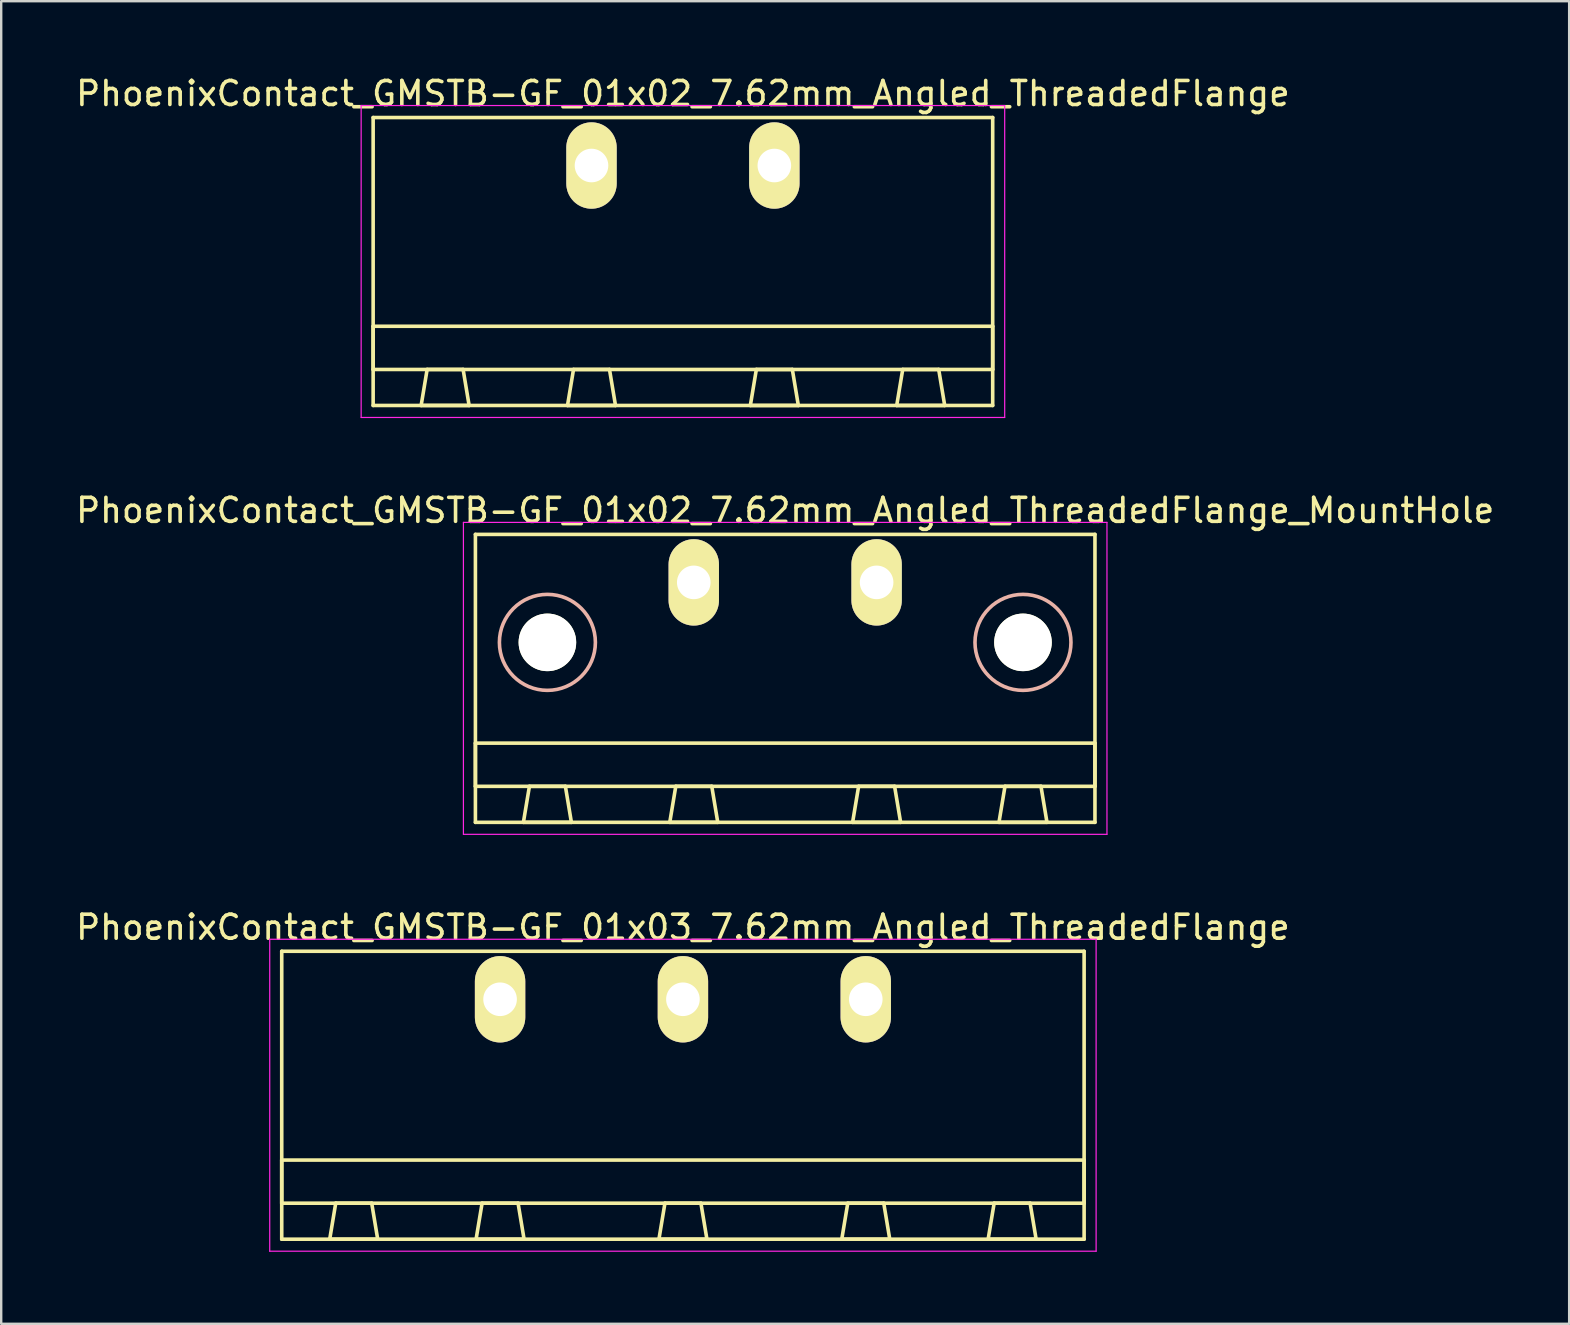
<source format=kicad_pcb>
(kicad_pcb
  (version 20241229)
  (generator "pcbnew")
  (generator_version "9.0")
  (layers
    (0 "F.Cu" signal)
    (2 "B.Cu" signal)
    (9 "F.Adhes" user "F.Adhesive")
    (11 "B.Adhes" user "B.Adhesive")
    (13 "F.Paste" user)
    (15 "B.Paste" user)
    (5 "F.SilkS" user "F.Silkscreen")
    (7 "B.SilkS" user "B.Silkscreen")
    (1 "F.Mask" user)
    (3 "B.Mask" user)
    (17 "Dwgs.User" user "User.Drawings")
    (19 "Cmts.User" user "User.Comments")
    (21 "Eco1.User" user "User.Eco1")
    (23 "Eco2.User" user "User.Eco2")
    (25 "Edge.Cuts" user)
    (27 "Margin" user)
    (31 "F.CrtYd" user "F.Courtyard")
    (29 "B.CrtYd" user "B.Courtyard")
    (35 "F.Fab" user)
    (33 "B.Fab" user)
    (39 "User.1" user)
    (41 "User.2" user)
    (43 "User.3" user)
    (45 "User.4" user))
  (footprint "PhoenixContact_GMSTB-GF_01x03_7.62mm_Angled_ThreadedFlange"
    (layer "F.Cu")
    (at 17.791 38.595)
    (property "Reference" "PhoenixContact_GMSTB-GF_01x03_7.62mm_Angled_ThreadedFlange" (at 7.62 -3 0) (layer "F.SilkS") (effects (font (size 1 1) (thickness 0.15))))
    (attr through_hole)
    (fp_line (start -9.1 -2) (end -9.1 10) (stroke (width 0.15) (type solid)) (layer "F.SilkS"))
    (fp_line (start -9.1 6.7) (end 24.34 6.7) (stroke (width 0.15) (type solid)) (layer "F.SilkS"))
    (fp_line (start -9.1 8.5) (end -9.1 6.7) (stroke (width 0.15) (type solid)) (layer "F.SilkS"))
    (fp_line (start -9.1 10) (end 24.34 10) (stroke (width 0.15) (type solid)) (layer "F.SilkS"))
    (fp_line (start -7.1 10) (end -5.1 10) (stroke (width 0.15) (type solid)) (layer "F.SilkS"))
    (fp_line (start -6.85 8.5) (end -7.1 10) (stroke (width 0.15) (type solid)) (layer "F.SilkS"))
    (fp_line (start -5.35 8.5) (end -6.85 8.5) (stroke (width 0.15) (type solid)) (layer "F.SilkS"))
    (fp_line (start -5.1 10) (end -5.35 8.5) (stroke (width 0.15) (type solid)) (layer "F.SilkS"))
    (fp_line (start -1 10) (end 1 10) (stroke (width 0.15) (type solid)) (layer "F.SilkS"))
    (fp_line (start -0.75 8.5) (end -1 10) (stroke (width 0.15) (type solid)) (layer "F.SilkS"))
    (fp_line (start 0.75 8.5) (end -0.75 8.5) (stroke (width 0.15) (type solid)) (layer "F.SilkS"))
    (fp_line (start 1 10) (end 0.75 8.5) (stroke (width 0.15) (type solid)) (layer "F.SilkS"))
    (fp_line (start 6.62 10) (end 8.62 10) (stroke (width 0.15) (type solid)) (layer "F.SilkS"))
    (fp_line (start 6.87 8.5) (end 6.62 10) (stroke (width 0.15) (type solid)) (layer "F.SilkS"))
    (fp_line (start 8.37 8.5) (end 6.87 8.5) (stroke (width 0.15) (type solid)) (layer "F.SilkS"))
    (fp_line (start 8.62 10) (end 8.37 8.5) (stroke (width 0.15) (type solid)) (layer "F.SilkS"))
    (fp_line (start 14.24 10) (end 16.24 10) (stroke (width 0.15) (type solid)) (layer "F.SilkS"))
    (fp_line (start 14.49 8.5) (end 14.24 10) (stroke (width 0.15) (type solid)) (layer "F.SilkS"))
    (fp_line (start 15.99 8.5) (end 14.49 8.5) (stroke (width 0.15) (type solid)) (layer "F.SilkS"))
    (fp_line (start 16.24 10) (end 15.99 8.5) (stroke (width 0.15) (type solid)) (layer "F.SilkS"))
    (fp_line (start 20.34 10) (end 22.34 10) (stroke (width 0.15) (type solid)) (layer "F.SilkS"))
    (fp_line (start 20.59 8.5) (end 20.34 10) (stroke (width 0.15) (type solid)) (layer "F.SilkS"))
    (fp_line (start 22.09 8.5) (end 20.59 8.5) (stroke (width 0.15) (type solid)) (layer "F.SilkS"))
    (fp_line (start 22.34 10) (end 22.09 8.5) (stroke (width 0.15) (type solid)) (layer "F.SilkS"))
    (fp_line (start 24.34 -2) (end -9.1 -2) (stroke (width 0.15) (type solid)) (layer "F.SilkS"))
    (fp_line (start 24.34 6.7) (end 24.34 8.5) (stroke (width 0.15) (type solid)) (layer "F.SilkS"))
    (fp_line (start 24.34 8.5) (end -9.1 8.5) (stroke (width 0.15) (type solid)) (layer "F.SilkS"))
    (fp_line (start 24.34 10) (end 24.34 -2) (stroke (width 0.15) (type solid)) (layer "F.SilkS"))
    (fp_line (start -9.6 -2.5) (end -9.6 10.5) (stroke (width 0.05) (type solid)) (layer "F.CrtYd"))
    (fp_line (start -9.6 10.5) (end 24.84 10.5) (stroke (width 0.05) (type solid)) (layer "F.CrtYd"))
    (fp_line (start 24.84 -2.5) (end -9.6 -2.5) (stroke (width 0.05) (type solid)) (layer "F.CrtYd"))
    (fp_line (start 24.84 10.5) (end 24.84 -2.5) (stroke (width 0.05) (type solid)) (layer "F.CrtYd"))
    (pad "1" thru_hole oval (at 0 0) (size 2.1 3.6) (drill 1.4) (layers "*.Cu" "*.Mask" "F.SilkS"))
    (pad "2" thru_hole oval (at 7.62 0) (size 2.1 3.6) (drill 1.4) (layers "*.Cu" "*.Mask" "F.SilkS"))
    (pad "3" thru_hole oval (at 15.24 0) (size 2.1 3.6) (drill 1.4) (layers "*.Cu" "*.Mask" "F.SilkS")))
  (footprint "PhoenixContact_GMSTB-GF_01x02_7.62mm_Angled_ThreadedFlange_MountHole"
    (layer "F.Cu")
    (at 25.863 21.221)
    (property "Reference" "PhoenixContact_GMSTB-GF_01x02_7.62mm_Angled_ThreadedFlange_MountHole" (at 3.81 -3 0) (layer "F.SilkS") (effects (font (size 1 1) (thickness 0.15))))
    (attr through_hole)
    (fp_line (start -9.1 -2) (end -9.1 10) (stroke (width 0.15) (type solid)) (layer "F.SilkS"))
    (fp_line (start -9.1 6.7) (end 16.72 6.7) (stroke (width 0.15) (type solid)) (layer "F.SilkS"))
    (fp_line (start -9.1 8.5) (end -9.1 6.7) (stroke (width 0.15) (type solid)) (layer "F.SilkS"))
    (fp_line (start -9.1 10) (end 16.72 10) (stroke (width 0.15) (type solid)) (layer "F.SilkS"))
    (fp_line (start -7.1 10) (end -5.1 10) (stroke (width 0.15) (type solid)) (layer "F.SilkS"))
    (fp_line (start -6.85 8.5) (end -7.1 10) (stroke (width 0.15) (type solid)) (layer "F.SilkS"))
    (fp_line (start -5.35 8.5) (end -6.85 8.5) (stroke (width 0.15) (type solid)) (layer "F.SilkS"))
    (fp_line (start -5.1 10) (end -5.35 8.5) (stroke (width 0.15) (type solid)) (layer "F.SilkS"))
    (fp_line (start -1 10) (end 1 10) (stroke (width 0.15) (type solid)) (layer "F.SilkS"))
    (fp_line (start -0.75 8.5) (end -1 10) (stroke (width 0.15) (type solid)) (layer "F.SilkS"))
    (fp_line (start 0.75 8.5) (end -0.75 8.5) (stroke (width 0.15) (type solid)) (layer "F.SilkS"))
    (fp_line (start 1 10) (end 0.75 8.5) (stroke (width 0.15) (type solid)) (layer "F.SilkS"))
    (fp_line (start 6.62 10) (end 8.62 10) (stroke (width 0.15) (type solid)) (layer "F.SilkS"))
    (fp_line (start 6.87 8.5) (end 6.62 10) (stroke (width 0.15) (type solid)) (layer "F.SilkS"))
    (fp_line (start 8.37 8.5) (end 6.87 8.5) (stroke (width 0.15) (type solid)) (layer "F.SilkS"))
    (fp_line (start 8.62 10) (end 8.37 8.5) (stroke (width 0.15) (type solid)) (layer "F.SilkS"))
    (fp_line (start 12.72 10) (end 14.72 10) (stroke (width 0.15) (type solid)) (layer "F.SilkS"))
    (fp_line (start 12.97 8.5) (end 12.72 10) (stroke (width 0.15) (type solid)) (layer "F.SilkS"))
    (fp_line (start 14.47 8.5) (end 12.97 8.5) (stroke (width 0.15) (type solid)) (layer "F.SilkS"))
    (fp_line (start 14.72 10) (end 14.47 8.5) (stroke (width 0.15) (type solid)) (layer "F.SilkS"))
    (fp_line (start 16.72 -2) (end -9.1 -2) (stroke (width 0.15) (type solid)) (layer "F.SilkS"))
    (fp_line (start 16.72 6.7) (end 16.72 8.5) (stroke (width 0.15) (type solid)) (layer "F.SilkS"))
    (fp_line (start 16.72 8.5) (end -9.1 8.5) (stroke (width 0.15) (type solid)) (layer "F.SilkS"))
    (fp_line (start 16.72 10) (end 16.72 -2) (stroke (width 0.15) (type solid)) (layer "F.SilkS"))
    (fp_circle (center -6.1 2.5) (end -4.1 2.5) (stroke (width 0.15) (type solid)) (fill no) (layer "B.SilkS"))
    (fp_circle (center 13.72 2.5) (end 15.72 2.5) (stroke (width 0.15) (type solid)) (fill no) (layer "B.SilkS"))
    (fp_line (start -9.6 -2.5) (end -9.6 10.5) (stroke (width 0.05) (type solid)) (layer "F.CrtYd"))
    (fp_line (start -9.6 10.5) (end 17.22 10.5) (stroke (width 0.05) (type solid)) (layer "F.CrtYd"))
    (fp_line (start 17.22 -2.5) (end -9.6 -2.5) (stroke (width 0.05) (type solid)) (layer "F.CrtYd"))
    (fp_line (start 17.22 10.5) (end 17.22 -2.5) (stroke (width 0.05) (type solid)) (layer "F.CrtYd"))
    (pad "" np_thru_hole circle (at -6.1 2.5) (size 2.4 2.4) (drill 2.4) (layers "*.Cu" "*.Mask" "F.SilkS"))
    (pad "" np_thru_hole circle (at 13.72 2.5) (size 2.4 2.4) (drill 2.4) (layers "*.Cu" "*.Mask" "F.SilkS"))
    (pad "1" thru_hole oval (at 0 0) (size 2.1 3.6) (drill 1.4) (layers "*.Cu" "*.Mask" "F.SilkS"))
    (pad "2" thru_hole oval (at 7.62 0) (size 2.1 3.6) (drill 1.4) (layers "*.Cu" "*.Mask" "F.SilkS")))
  (footprint "PhoenixContact_GMSTB-GF_01x02_7.62mm_Angled_ThreadedFlange"
    (layer "F.Cu")
    (at 21.601 3.848)
    (property "Reference" "PhoenixContact_GMSTB-GF_01x02_7.62mm_Angled_ThreadedFlange" (at 3.81 -3 0) (layer "F.SilkS") (effects (font (size 1 1) (thickness 0.15))))
    (attr through_hole)
    (fp_line (start -9.1 -2) (end -9.1 10) (stroke (width 0.15) (type solid)) (layer "F.SilkS"))
    (fp_line (start -9.1 6.7) (end 16.72 6.7) (stroke (width 0.15) (type solid)) (layer "F.SilkS"))
    (fp_line (start -9.1 8.5) (end -9.1 6.7) (stroke (width 0.15) (type solid)) (layer "F.SilkS"))
    (fp_line (start -9.1 10) (end 16.72 10) (stroke (width 0.15) (type solid)) (layer "F.SilkS"))
    (fp_line (start -7.1 10) (end -5.1 10) (stroke (width 0.15) (type solid)) (layer "F.SilkS"))
    (fp_line (start -6.85 8.5) (end -7.1 10) (stroke (width 0.15) (type solid)) (layer "F.SilkS"))
    (fp_line (start -5.35 8.5) (end -6.85 8.5) (stroke (width 0.15) (type solid)) (layer "F.SilkS"))
    (fp_line (start -5.1 10) (end -5.35 8.5) (stroke (width 0.15) (type solid)) (layer "F.SilkS"))
    (fp_line (start -1 10) (end 1 10) (stroke (width 0.15) (type solid)) (layer "F.SilkS"))
    (fp_line (start -0.75 8.5) (end -1 10) (stroke (width 0.15) (type solid)) (layer "F.SilkS"))
    (fp_line (start 0.75 8.5) (end -0.75 8.5) (stroke (width 0.15) (type solid)) (layer "F.SilkS"))
    (fp_line (start 1 10) (end 0.75 8.5) (stroke (width 0.15) (type solid)) (layer "F.SilkS"))
    (fp_line (start 6.62 10) (end 8.62 10) (stroke (width 0.15) (type solid)) (layer "F.SilkS"))
    (fp_line (start 6.87 8.5) (end 6.62 10) (stroke (width 0.15) (type solid)) (layer "F.SilkS"))
    (fp_line (start 8.37 8.5) (end 6.87 8.5) (stroke (width 0.15) (type solid)) (layer "F.SilkS"))
    (fp_line (start 8.62 10) (end 8.37 8.5) (stroke (width 0.15) (type solid)) (layer "F.SilkS"))
    (fp_line (start 12.72 10) (end 14.72 10) (stroke (width 0.15) (type solid)) (layer "F.SilkS"))
    (fp_line (start 12.97 8.5) (end 12.72 10) (stroke (width 0.15) (type solid)) (layer "F.SilkS"))
    (fp_line (start 14.47 8.5) (end 12.97 8.5) (stroke (width 0.15) (type solid)) (layer "F.SilkS"))
    (fp_line (start 14.72 10) (end 14.47 8.5) (stroke (width 0.15) (type solid)) (layer "F.SilkS"))
    (fp_line (start 16.72 -2) (end -9.1 -2) (stroke (width 0.15) (type solid)) (layer "F.SilkS"))
    (fp_line (start 16.72 6.7) (end 16.72 8.5) (stroke (width 0.15) (type solid)) (layer "F.SilkS"))
    (fp_line (start 16.72 8.5) (end -9.1 8.5) (stroke (width 0.15) (type solid)) (layer "F.SilkS"))
    (fp_line (start 16.72 10) (end 16.72 -2) (stroke (width 0.15) (type solid)) (layer "F.SilkS"))
    (fp_line (start -9.6 -2.5) (end -9.6 10.5) (stroke (width 0.05) (type solid)) (layer "F.CrtYd"))
    (fp_line (start -9.6 10.5) (end 17.22 10.5) (stroke (width 0.05) (type solid)) (layer "F.CrtYd"))
    (fp_line (start 17.22 -2.5) (end -9.6 -2.5) (stroke (width 0.05) (type solid)) (layer "F.CrtYd"))
    (fp_line (start 17.22 10.5) (end 17.22 -2.5) (stroke (width 0.05) (type solid)) (layer "F.CrtYd"))
    (pad "1" thru_hole oval (at 0 0) (size 2.1 3.6) (drill 1.4) (layers "*.Cu" "*.Mask" "F.SilkS"))
    (pad "2" thru_hole oval (at 7.62 0) (size 2.1 3.6) (drill 1.4) (layers "*.Cu" "*.Mask" "F.SilkS")))
  (gr_rect
    (start -3 -3)
    (end 62.345 52.12)
    (stroke (width 0.1) (type default))
    (fill no)
    (layer "Edge.Cuts")))
</source>
